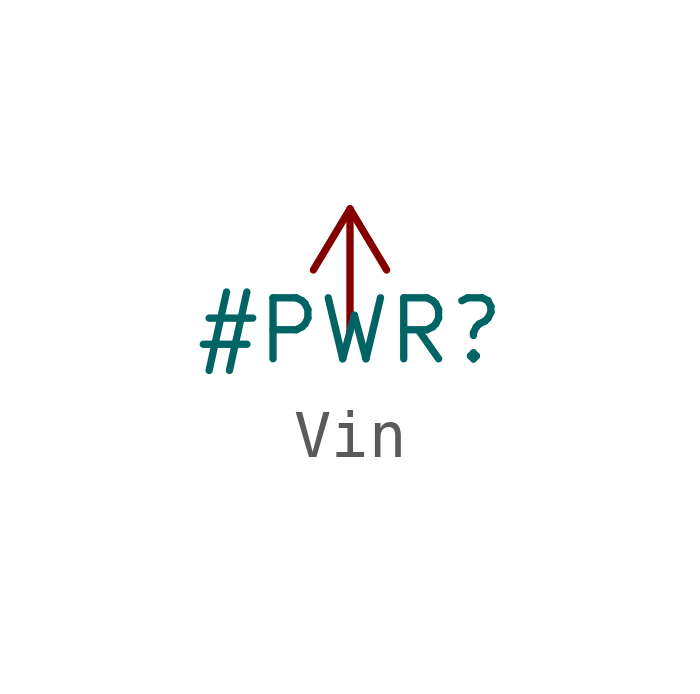
<source format=kicad_sym>
(kicad_symbol_lib
  (version 20220914)
  (generator kicad_symbol_editor)
  (symbol "Vin"
    (property "Reference" "#PWR"
      (at 0 0 0)
      (effects (font (size 1.27 1.27))))
    (property "Value" ""
      (at 0 0 0)
      (effects (font (size 1.27 1.27))))
    (symbol "Vin_0_1"
      (polyline (pts (xy -0.762 1.27) (xy 0 2.54)) (stroke (width 0) (type default)) (fill (type none)))
      (polyline (pts (xy 0 0) (xy 0 2.54)) (stroke (width 0) (type default)) (fill (type none)))
      (polyline (pts (xy 0 2.54) (xy 0.762 1.27)) (stroke (width 0) (type default)) (fill (type none))))
    (symbol "Vin_1_1"
      (pin power_in line (at 0 0 90) (length 0) hide (name "Vin" (effects (font (size 1.27 1.27)))) (number "1" (effects (font (size 1.27 1.27))))))))
</source>
